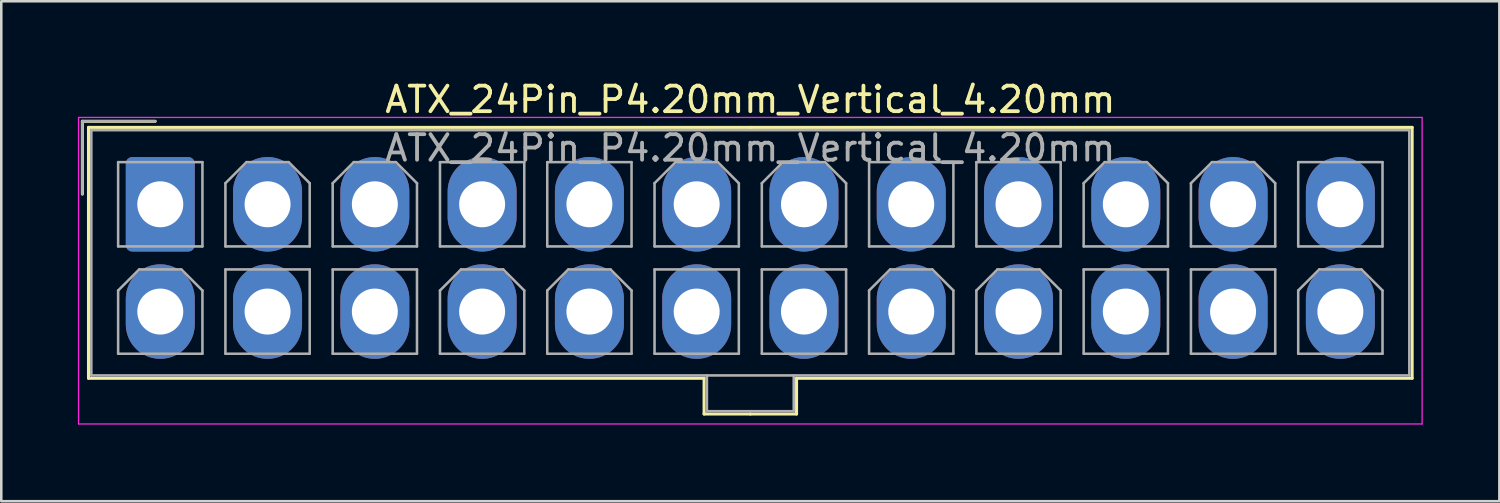
<source format=kicad_pcb>
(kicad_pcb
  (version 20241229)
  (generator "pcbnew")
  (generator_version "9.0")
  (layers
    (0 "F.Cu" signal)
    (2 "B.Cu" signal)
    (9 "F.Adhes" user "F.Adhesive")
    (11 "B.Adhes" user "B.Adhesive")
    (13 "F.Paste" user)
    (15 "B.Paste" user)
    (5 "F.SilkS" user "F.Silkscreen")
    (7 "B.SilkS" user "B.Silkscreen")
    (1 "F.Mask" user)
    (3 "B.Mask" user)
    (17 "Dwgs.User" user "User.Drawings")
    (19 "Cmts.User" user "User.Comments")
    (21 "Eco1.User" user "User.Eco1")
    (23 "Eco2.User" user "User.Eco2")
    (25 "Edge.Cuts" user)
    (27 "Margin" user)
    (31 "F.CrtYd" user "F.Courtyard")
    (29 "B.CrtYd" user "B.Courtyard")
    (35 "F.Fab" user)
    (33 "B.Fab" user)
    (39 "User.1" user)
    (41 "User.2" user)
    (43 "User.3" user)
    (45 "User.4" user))
  (footprint "ATX_24Pin_P4.20mm_Vertical_4.20mm"
    (layer "F.Cu")
    (at 3.225 4.948)
    (property "Reference" "ATX_24Pin_P4.20mm_Vertical_4.20mm" (at 23.1 -4.1 0) (layer "F.SilkS") (effects (font (size 1 1) (thickness 0.15))))
    (attr through_hole)
    (fp_line (start -3.05 -3.25) (end -3.05 -0.4) (stroke (width 0.12) (type solid)) (layer "F.SilkS"))
    (fp_line (start -2.81 -3.01) (end -2.81 6.81) (stroke (width 0.12) (type solid)) (layer "F.SilkS"))
    (fp_line (start -2.81 6.81) (end 21.29 6.81) (stroke (width 0.12) (type solid)) (layer "F.SilkS"))
    (fp_line (start -0.2 -3.25) (end -3.05 -3.25) (stroke (width 0.12) (type solid)) (layer "F.SilkS"))
    (fp_line (start 21.29 6.81) (end 21.29 8.21) (stroke (width 0.12) (type solid)) (layer "F.SilkS"))
    (fp_line (start 21.29 8.21) (end 23.1 8.21) (stroke (width 0.12) (type solid)) (layer "F.SilkS"))
    (fp_line (start 23.1 -3.01) (end -2.81 -3.01) (stroke (width 0.12) (type solid)) (layer "F.SilkS"))
    (fp_line (start 23.1 -3.01) (end 49.01 -3.01) (stroke (width 0.12) (type solid)) (layer "F.SilkS"))
    (fp_line (start 24.91 6.81) (end 24.91 8.21) (stroke (width 0.12) (type solid)) (layer "F.SilkS"))
    (fp_line (start 24.91 8.21) (end 23.1 8.21) (stroke (width 0.12) (type solid)) (layer "F.SilkS"))
    (fp_line (start 49.01 -3.01) (end 49.01 6.81) (stroke (width 0.12) (type solid)) (layer "F.SilkS"))
    (fp_line (start 49.01 6.81) (end 24.91 6.81) (stroke (width 0.12) (type solid)) (layer "F.SilkS"))
    (fp_line (start -3.2 -3.4) (end -3.2 8.6) (stroke (width 0.05) (type solid)) (layer "F.CrtYd"))
    (fp_line (start -3.2 8.6) (end 49.4 8.6) (stroke (width 0.05) (type solid)) (layer "F.CrtYd"))
    (fp_line (start 49.4 -3.4) (end -3.2 -3.4) (stroke (width 0.05) (type solid)) (layer "F.CrtYd"))
    (fp_line (start 49.4 8.6) (end 49.4 -3.4) (stroke (width 0.05) (type solid)) (layer "F.CrtYd"))
    (fp_line (start -3.05 -3.25) (end -3.05 -0.4) (stroke (width 0.1) (type solid)) (layer "F.Fab"))
    (fp_line (start -2.7 -2.9) (end -2.7 6.7) (stroke (width 0.1) (type solid)) (layer "F.Fab"))
    (fp_line (start -2.7 6.7) (end 48.9 6.7) (stroke (width 0.1) (type solid)) (layer "F.Fab"))
    (fp_line (start -1.65 -1.65) (end -1.65 1.65) (stroke (width 0.1) (type solid)) (layer "F.Fab"))
    (fp_line (start -1.65 1.65) (end 1.65 1.65) (stroke (width 0.1) (type solid)) (layer "F.Fab"))
    (fp_line (start -1.65 3.375) (end -0.825 2.55) (stroke (width 0.1) (type solid)) (layer "F.Fab"))
    (fp_line (start -1.65 5.85) (end -1.65 3.375) (stroke (width 0.1) (type solid)) (layer "F.Fab"))
    (fp_line (start -0.825 2.55) (end 0.825 2.55) (stroke (width 0.1) (type solid)) (layer "F.Fab"))
    (fp_line (start -0.2 -3.25) (end -3.05 -3.25) (stroke (width 0.1) (type solid)) (layer "F.Fab"))
    (fp_line (start 0.825 2.55) (end 1.65 3.375) (stroke (width 0.1) (type solid)) (layer "F.Fab"))
    (fp_line (start 1.65 -1.65) (end -1.65 -1.65) (stroke (width 0.1) (type solid)) (layer "F.Fab"))
    (fp_line (start 1.65 1.65) (end 1.65 -1.65) (stroke (width 0.1) (type solid)) (layer "F.Fab"))
    (fp_line (start 1.65 3.375) (end 1.65 5.85) (stroke (width 0.1) (type solid)) (layer "F.Fab"))
    (fp_line (start 1.65 5.85) (end -1.65 5.85) (stroke (width 0.1) (type solid)) (layer "F.Fab"))
    (fp_line (start 2.55 -0.825) (end 3.375 -1.65) (stroke (width 0.1) (type solid)) (layer "F.Fab"))
    (fp_line (start 2.55 1.65) (end 2.55 -0.825) (stroke (width 0.1) (type solid)) (layer "F.Fab"))
    (fp_line (start 2.55 2.55) (end 2.55 5.85) (stroke (width 0.1) (type solid)) (layer "F.Fab"))
    (fp_line (start 2.55 5.85) (end 5.85 5.85) (stroke (width 0.1) (type solid)) (layer "F.Fab"))
    (fp_line (start 3.375 -1.65) (end 5.025 -1.65) (stroke (width 0.1) (type solid)) (layer "F.Fab"))
    (fp_line (start 5.025 -1.65) (end 5.85 -0.825) (stroke (width 0.1) (type solid)) (layer "F.Fab"))
    (fp_line (start 5.85 -0.825) (end 5.85 1.65) (stroke (width 0.1) (type solid)) (layer "F.Fab"))
    (fp_line (start 5.85 1.65) (end 2.55 1.65) (stroke (width 0.1) (type solid)) (layer "F.Fab"))
    (fp_line (start 5.85 2.55) (end 2.55 2.55) (stroke (width 0.1) (type solid)) (layer "F.Fab"))
    (fp_line (start 5.85 5.85) (end 5.85 2.55) (stroke (width 0.1) (type solid)) (layer "F.Fab"))
    (fp_line (start 6.75 -0.825) (end 7.575 -1.65) (stroke (width 0.1) (type solid)) (layer "F.Fab"))
    (fp_line (start 6.75 1.65) (end 6.75 -0.825) (stroke (width 0.1) (type solid)) (layer "F.Fab"))
    (fp_line (start 6.75 2.55) (end 6.75 5.85) (stroke (width 0.1) (type solid)) (layer "F.Fab"))
    (fp_line (start 6.75 5.85) (end 10.05 5.85) (stroke (width 0.1) (type solid)) (layer "F.Fab"))
    (fp_line (start 7.575 -1.65) (end 9.225 -1.65) (stroke (width 0.1) (type solid)) (layer "F.Fab"))
    (fp_line (start 9.225 -1.65) (end 10.05 -0.825) (stroke (width 0.1) (type solid)) (layer "F.Fab"))
    (fp_line (start 10.05 -0.825) (end 10.05 1.65) (stroke (width 0.1) (type solid)) (layer "F.Fab"))
    (fp_line (start 10.05 1.65) (end 6.75 1.65) (stroke (width 0.1) (type solid)) (layer "F.Fab"))
    (fp_line (start 10.05 2.55) (end 6.75 2.55) (stroke (width 0.1) (type solid)) (layer "F.Fab"))
    (fp_line (start 10.05 5.85) (end 10.05 2.55) (stroke (width 0.1) (type solid)) (layer "F.Fab"))
    (fp_line (start 10.95 -1.65) (end 10.95 1.65) (stroke (width 0.1) (type solid)) (layer "F.Fab"))
    (fp_line (start 10.95 1.65) (end 14.25 1.65) (stroke (width 0.1) (type solid)) (layer "F.Fab"))
    (fp_line (start 10.95 3.375) (end 11.775 2.55) (stroke (width 0.1) (type solid)) (layer "F.Fab"))
    (fp_line (start 10.95 5.85) (end 10.95 3.375) (stroke (width 0.1) (type solid)) (layer "F.Fab"))
    (fp_line (start 11.775 2.55) (end 13.425 2.55) (stroke (width 0.1) (type solid)) (layer "F.Fab"))
    (fp_line (start 13.425 2.55) (end 14.25 3.375) (stroke (width 0.1) (type solid)) (layer "F.Fab"))
    (fp_line (start 14.25 -1.65) (end 10.95 -1.65) (stroke (width 0.1) (type solid)) (layer "F.Fab"))
    (fp_line (start 14.25 1.65) (end 14.25 -1.65) (stroke (width 0.1) (type solid)) (layer "F.Fab"))
    (fp_line (start 14.25 3.375) (end 14.25 5.85) (stroke (width 0.1) (type solid)) (layer "F.Fab"))
    (fp_line (start 14.25 5.85) (end 10.95 5.85) (stroke (width 0.1) (type solid)) (layer "F.Fab"))
    (fp_line (start 15.15 -1.65) (end 15.15 1.65) (stroke (width 0.1) (type solid)) (layer "F.Fab"))
    (fp_line (start 15.15 1.65) (end 18.45 1.65) (stroke (width 0.1) (type solid)) (layer "F.Fab"))
    (fp_line (start 15.15 3.375) (end 15.975 2.55) (stroke (width 0.1) (type solid)) (layer "F.Fab"))
    (fp_line (start 15.15 5.85) (end 15.15 3.375) (stroke (width 0.1) (type solid)) (layer "F.Fab"))
    (fp_line (start 15.975 2.55) (end 17.625 2.55) (stroke (width 0.1) (type solid)) (layer "F.Fab"))
    (fp_line (start 17.625 2.55) (end 18.45 3.375) (stroke (width 0.1) (type solid)) (layer "F.Fab"))
    (fp_line (start 18.45 -1.65) (end 15.15 -1.65) (stroke (width 0.1) (type solid)) (layer "F.Fab"))
    (fp_line (start 18.45 1.65) (end 18.45 -1.65) (stroke (width 0.1) (type solid)) (layer "F.Fab"))
    (fp_line (start 18.45 3.375) (end 18.45 5.85) (stroke (width 0.1) (type solid)) (layer "F.Fab"))
    (fp_line (start 18.45 5.85) (end 15.15 5.85) (stroke (width 0.1) (type solid)) (layer "F.Fab"))
    (fp_line (start 19.35 -0.825) (end 20.175 -1.65) (stroke (width 0.1) (type solid)) (layer "F.Fab"))
    (fp_line (start 19.35 1.65) (end 19.35 -0.825) (stroke (width 0.1) (type solid)) (layer "F.Fab"))
    (fp_line (start 19.35 2.55) (end 19.35 5.85) (stroke (width 0.1) (type solid)) (layer "F.Fab"))
    (fp_line (start 19.35 5.85) (end 22.65 5.85) (stroke (width 0.1) (type solid)) (layer "F.Fab"))
    (fp_line (start 20.175 -1.65) (end 21.825 -1.65) (stroke (width 0.1) (type solid)) (layer "F.Fab"))
    (fp_line (start 21.4 6.7) (end 21.4 8.1) (stroke (width 0.1) (type solid)) (layer "F.Fab"))
    (fp_line (start 21.4 8.1) (end 24.8 8.1) (stroke (width 0.1) (type solid)) (layer "F.Fab"))
    (fp_line (start 21.825 -1.65) (end 22.65 -0.825) (stroke (width 0.1) (type solid)) (layer "F.Fab"))
    (fp_line (start 22.65 -0.825) (end 22.65 1.65) (stroke (width 0.1) (type solid)) (layer "F.Fab"))
    (fp_line (start 22.65 1.65) (end 19.35 1.65) (stroke (width 0.1) (type solid)) (layer "F.Fab"))
    (fp_line (start 22.65 2.55) (end 19.35 2.55) (stroke (width 0.1) (type solid)) (layer "F.Fab"))
    (fp_line (start 22.65 5.85) (end 22.65 2.55) (stroke (width 0.1) (type solid)) (layer "F.Fab"))
    (fp_line (start 23.55 -0.825) (end 24.375 -1.65) (stroke (width 0.1) (type solid)) (layer "F.Fab"))
    (fp_line (start 23.55 1.65) (end 23.55 -0.825) (stroke (width 0.1) (type solid)) (layer "F.Fab"))
    (fp_line (start 23.55 2.55) (end 23.55 5.85) (stroke (width 0.1) (type solid)) (layer "F.Fab"))
    (fp_line (start 23.55 5.85) (end 26.85 5.85) (stroke (width 0.1) (type solid)) (layer "F.Fab"))
    (fp_line (start 24.375 -1.65) (end 26.025 -1.65) (stroke (width 0.1) (type solid)) (layer "F.Fab"))
    (fp_line (start 24.8 8.1) (end 24.8 6.7) (stroke (width 0.1) (type solid)) (layer "F.Fab"))
    (fp_line (start 26.025 -1.65) (end 26.85 -0.825) (stroke (width 0.1) (type solid)) (layer "F.Fab"))
    (fp_line (start 26.85 -0.825) (end 26.85 1.65) (stroke (width 0.1) (type solid)) (layer "F.Fab"))
    (fp_line (start 26.85 1.65) (end 23.55 1.65) (stroke (width 0.1) (type solid)) (layer "F.Fab"))
    (fp_line (start 26.85 2.55) (end 23.55 2.55) (stroke (width 0.1) (type solid)) (layer "F.Fab"))
    (fp_line (start 26.85 5.85) (end 26.85 2.55) (stroke (width 0.1) (type solid)) (layer "F.Fab"))
    (fp_line (start 27.75 -1.65) (end 27.75 1.65) (stroke (width 0.1) (type solid)) (layer "F.Fab"))
    (fp_line (start 27.75 1.65) (end 31.05 1.65) (stroke (width 0.1) (type solid)) (layer "F.Fab"))
    (fp_line (start 27.75 3.375) (end 28.575 2.55) (stroke (width 0.1) (type solid)) (layer "F.Fab"))
    (fp_line (start 27.75 5.85) (end 27.75 3.375) (stroke (width 0.1) (type solid)) (layer "F.Fab"))
    (fp_line (start 28.575 2.55) (end 30.225 2.55) (stroke (width 0.1) (type solid)) (layer "F.Fab"))
    (fp_line (start 30.225 2.55) (end 31.05 3.375) (stroke (width 0.1) (type solid)) (layer "F.Fab"))
    (fp_line (start 31.05 -1.65) (end 27.75 -1.65) (stroke (width 0.1) (type solid)) (layer "F.Fab"))
    (fp_line (start 31.05 1.65) (end 31.05 -1.65) (stroke (width 0.1) (type solid)) (layer "F.Fab"))
    (fp_line (start 31.05 3.375) (end 31.05 5.85) (stroke (width 0.1) (type solid)) (layer "F.Fab"))
    (fp_line (start 31.05 5.85) (end 27.75 5.85) (stroke (width 0.1) (type solid)) (layer "F.Fab"))
    (fp_line (start 31.95 -1.65) (end 31.95 1.65) (stroke (width 0.1) (type solid)) (layer "F.Fab"))
    (fp_line (start 31.95 1.65) (end 35.25 1.65) (stroke (width 0.1) (type solid)) (layer "F.Fab"))
    (fp_line (start 31.95 3.375) (end 32.775 2.55) (stroke (width 0.1) (type solid)) (layer "F.Fab"))
    (fp_line (start 31.95 5.85) (end 31.95 3.375) (stroke (width 0.1) (type solid)) (layer "F.Fab"))
    (fp_line (start 32.775 2.55) (end 34.425 2.55) (stroke (width 0.1) (type solid)) (layer "F.Fab"))
    (fp_line (start 34.425 2.55) (end 35.25 3.375) (stroke (width 0.1) (type solid)) (layer "F.Fab"))
    (fp_line (start 35.25 -1.65) (end 31.95 -1.65) (stroke (width 0.1) (type solid)) (layer "F.Fab"))
    (fp_line (start 35.25 1.65) (end 35.25 -1.65) (stroke (width 0.1) (type solid)) (layer "F.Fab"))
    (fp_line (start 35.25 3.375) (end 35.25 5.85) (stroke (width 0.1) (type solid)) (layer "F.Fab"))
    (fp_line (start 35.25 5.85) (end 31.95 5.85) (stroke (width 0.1) (type solid)) (layer "F.Fab"))
    (fp_line (start 36.15 -0.825) (end 36.975 -1.65) (stroke (width 0.1) (type solid)) (layer "F.Fab"))
    (fp_line (start 36.15 1.65) (end 36.15 -0.825) (stroke (width 0.1) (type solid)) (layer "F.Fab"))
    (fp_line (start 36.15 2.55) (end 36.15 5.85) (stroke (width 0.1) (type solid)) (layer "F.Fab"))
    (fp_line (start 36.15 5.85) (end 39.45 5.85) (stroke (width 0.1) (type solid)) (layer "F.Fab"))
    (fp_line (start 36.975 -1.65) (end 38.625 -1.65) (stroke (width 0.1) (type solid)) (layer "F.Fab"))
    (fp_line (start 38.625 -1.65) (end 39.45 -0.825) (stroke (width 0.1) (type solid)) (layer "F.Fab"))
    (fp_line (start 39.45 -0.825) (end 39.45 1.65) (stroke (width 0.1) (type solid)) (layer "F.Fab"))
    (fp_line (start 39.45 1.65) (end 36.15 1.65) (stroke (width 0.1) (type solid)) (layer "F.Fab"))
    (fp_line (start 39.45 2.55) (end 36.15 2.55) (stroke (width 0.1) (type solid)) (layer "F.Fab"))
    (fp_line (start 39.45 5.85) (end 39.45 2.55) (stroke (width 0.1) (type solid)) (layer "F.Fab"))
    (fp_line (start 40.35 -0.825) (end 41.175 -1.65) (stroke (width 0.1) (type solid)) (layer "F.Fab"))
    (fp_line (start 40.35 1.65) (end 40.35 -0.825) (stroke (width 0.1) (type solid)) (layer "F.Fab"))
    (fp_line (start 40.35 2.55) (end 40.35 5.85) (stroke (width 0.1) (type solid)) (layer "F.Fab"))
    (fp_line (start 40.35 5.85) (end 43.65 5.85) (stroke (width 0.1) (type solid)) (layer "F.Fab"))
    (fp_line (start 41.175 -1.65) (end 42.825 -1.65) (stroke (width 0.1) (type solid)) (layer "F.Fab"))
    (fp_line (start 42.825 -1.65) (end 43.65 -0.825) (stroke (width 0.1) (type solid)) (layer "F.Fab"))
    (fp_line (start 43.65 -0.825) (end 43.65 1.65) (stroke (width 0.1) (type solid)) (layer "F.Fab"))
    (fp_line (start 43.65 1.65) (end 40.35 1.65) (stroke (width 0.1) (type solid)) (layer "F.Fab"))
    (fp_line (start 43.65 2.55) (end 40.35 2.55) (stroke (width 0.1) (type solid)) (layer "F.Fab"))
    (fp_line (start 43.65 5.85) (end 43.65 2.55) (stroke (width 0.1) (type solid)) (layer "F.Fab"))
    (fp_line (start 44.55 -1.65) (end 44.55 1.65) (stroke (width 0.1) (type solid)) (layer "F.Fab"))
    (fp_line (start 44.55 1.65) (end 47.85 1.65) (stroke (width 0.1) (type solid)) (layer "F.Fab"))
    (fp_line (start 44.55 3.375) (end 45.375 2.55) (stroke (width 0.1) (type solid)) (layer "F.Fab"))
    (fp_line (start 44.55 5.85) (end 44.55 3.375) (stroke (width 0.1) (type solid)) (layer "F.Fab"))
    (fp_line (start 45.375 2.55) (end 47.025 2.55) (stroke (width 0.1) (type solid)) (layer "F.Fab"))
    (fp_line (start 47.025 2.55) (end 47.85 3.375) (stroke (width 0.1) (type solid)) (layer "F.Fab"))
    (fp_line (start 47.85 -1.65) (end 44.55 -1.65) (stroke (width 0.1) (type solid)) (layer "F.Fab"))
    (fp_line (start 47.85 1.65) (end 47.85 -1.65) (stroke (width 0.1) (type solid)) (layer "F.Fab"))
    (fp_line (start 47.85 3.375) (end 47.85 5.85) (stroke (width 0.1) (type solid)) (layer "F.Fab"))
    (fp_line (start 47.85 5.85) (end 44.55 5.85) (stroke (width 0.1) (type solid)) (layer "F.Fab"))
    (fp_line (start 48.9 -2.9) (end -2.7 -2.9) (stroke (width 0.1) (type solid)) (layer "F.Fab"))
    (fp_line (start 48.9 6.7) (end 48.9 -2.9) (stroke (width 0.1) (type solid)) (layer "F.Fab"))
    (fp_text user "${REFERENCE}" (at 23.1 -2.2 0) (layer "F.Fab") (effects (font (size 1 1) (thickness 0.15))))
    (pad "1" thru_hole roundrect (at 0 0) (size 2.7 3.7) (drill 1.8) (layers "*.Cu" "*.Mask") (roundrect_rratio 0.093))
    (pad "2" thru_hole oval (at 4.2 0) (size 2.7 3.7) (drill 1.8) (layers "*.Cu" "*.Mask"))
    (pad "3" thru_hole oval (at 8.4 0) (size 2.7 3.7) (drill 1.8) (layers "*.Cu" "*.Mask"))
    (pad "4" thru_hole oval (at 12.6 0) (size 2.7 3.7) (drill 1.8) (layers "*.Cu" "*.Mask"))
    (pad "5" thru_hole oval (at 16.8 0) (size 2.7 3.7) (drill 1.8) (layers "*.Cu" "*.Mask"))
    (pad "6" thru_hole oval (at 21 0) (size 2.7 3.7) (drill 1.8) (layers "*.Cu" "*.Mask"))
    (pad "7" thru_hole oval (at 25.2 0) (size 2.7 3.7) (drill 1.8) (layers "*.Cu" "*.Mask"))
    (pad "8" thru_hole oval (at 29.4 0) (size 2.7 3.7) (drill 1.8) (layers "*.Cu" "*.Mask"))
    (pad "9" thru_hole oval (at 33.6 0) (size 2.7 3.7) (drill 1.8) (layers "*.Cu" "*.Mask"))
    (pad "10" thru_hole oval (at 37.8 0) (size 2.7 3.7) (drill 1.8) (layers "*.Cu" "*.Mask"))
    (pad "11" thru_hole oval (at 42 0) (size 2.7 3.7) (drill 1.8) (layers "*.Cu" "*.Mask"))
    (pad "12" thru_hole oval (at 46.2 0) (size 2.7 3.7) (drill 1.8) (layers "*.Cu" "*.Mask"))
    (pad "13" thru_hole oval (at 0 4.2) (size 2.7 3.7) (drill 1.8) (layers "*.Cu" "*.Mask"))
    (pad "14" thru_hole oval (at 4.2 4.2) (size 2.7 3.7) (drill 1.8) (layers "*.Cu" "*.Mask"))
    (pad "15" thru_hole oval (at 8.4 4.2) (size 2.7 3.7) (drill 1.8) (layers "*.Cu" "*.Mask"))
    (pad "16" thru_hole oval (at 12.6 4.2) (size 2.7 3.7) (drill 1.8) (layers "*.Cu" "*.Mask"))
    (pad "17" thru_hole oval (at 16.8 4.2) (size 2.7 3.7) (drill 1.8) (layers "*.Cu" "*.Mask"))
    (pad "18" thru_hole oval (at 21 4.2) (size 2.7 3.7) (drill 1.8) (layers "*.Cu" "*.Mask"))
    (pad "19" thru_hole oval (at 25.2 4.2) (size 2.7 3.7) (drill 1.8) (layers "*.Cu" "*.Mask"))
    (pad "20" thru_hole oval (at 29.4 4.2) (size 2.7 3.7) (drill 1.8) (layers "*.Cu" "*.Mask"))
    (pad "21" thru_hole oval (at 33.6 4.2) (size 2.7 3.7) (drill 1.8) (layers "*.Cu" "*.Mask"))
    (pad "22" thru_hole oval (at 37.8 4.2) (size 2.7 3.7) (drill 1.8) (layers "*.Cu" "*.Mask"))
    (pad "23" thru_hole oval (at 42 4.2) (size 2.7 3.7) (drill 1.8) (layers "*.Cu" "*.Mask"))
    (pad "24" thru_hole oval (at 46.2 4.2) (size 2.7 3.7) (drill 1.8) (layers "*.Cu" "*.Mask")))
  (gr_rect
    (start -3 -3)
    (end 55.65 16.573)
    (stroke (width 0.1) (type default))
    (fill no)
    (layer "Edge.Cuts")))
</source>
